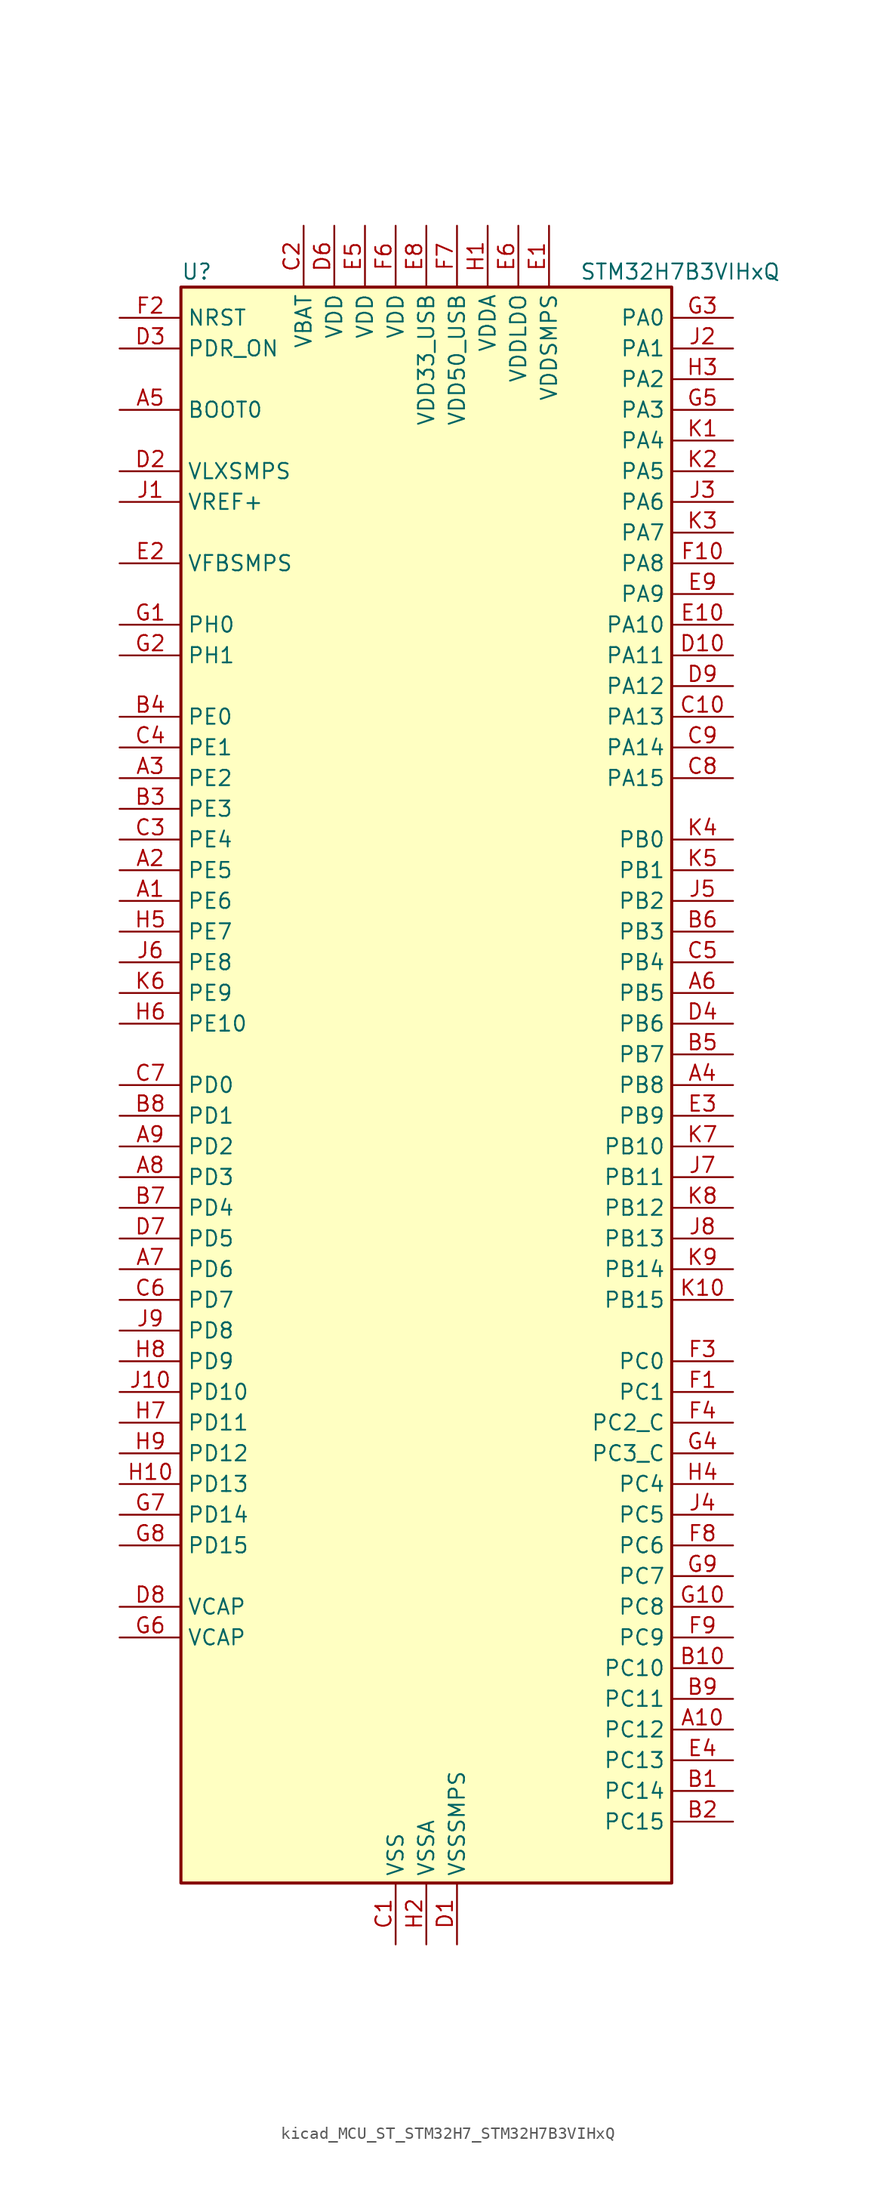
<source format=kicad_sym>
(kicad_symbol_lib
  (version 20220914)
  (generator kicad_symbol_editor)
  (symbol "kicad_MCU_ST_STM32H7_STM32H7B3VIHxQ"
    (property "Reference" "U"
      (at -20.32 67.31 0)
      (effects (font (size 1.27 1.27)) (justify left)))
    (property "Value" "STM32H7B3VIHxQ"
      (at 12.7 67.31 0)
      (effects (font (size 1.27 1.27)) (justify left)))
    (property "ki_locked" ""
      (at 0 0 0)
      (effects (font (size 1.27 1.27))))
    (symbol "kicad_MCU_ST_STM32H7_STM32H7B3VIHxQ_0_1"
      (rectangle (start -20.32 -66.04) (end 20.32 66.04) (stroke (width 0.254) (type default)) (fill (type background))))
    (symbol "kicad_MCU_ST_STM32H7_STM32H7B3VIHxQ_1_1"
      (pin bidirectional line (at -25.4 15.24 0) (length 5.08) (name "PE6" (effects (font (size 1.27 1.27)))) (number "A1" (effects (font (size 1.27 1.27)))) (alternate "DCMI_D7" bidirectional line) (alternate "DEBUG_TRACED3" bidirectional line) (alternate "FMC_A22" bidirectional line) (alternate "LTDC_G1" bidirectional line) (alternate "PSSI_D7" bidirectional line) (alternate "SAI1_D1" bidirectional line) (alternate "SAI1_SD_A" bidirectional line) (alternate "SAI2_MCLK_B" bidirectional line) (alternate "SPI4_MOSI" bidirectional line) (alternate "TIM15_CH2" bidirectional line) (alternate "TIM1_BKIN2" bidirectional line) (alternate "TIM1_BKIN2_COMP1" bidirectional line) (alternate "TIM1_BKIN2_COMP2" bidirectional line))
      (pin bidirectional line (at 25.4 -53.34 180) (length 5.08) (name "PC12" (effects (font (size 1.27 1.27)))) (number "A10" (effects (font (size 1.27 1.27)))) (alternate "DCMI_D9" bidirectional line) (alternate "DEBUG_TRACED3" bidirectional line) (alternate "DFSDM2_CKOUT" bidirectional line) (alternate "I2S3_SDO" bidirectional line) (alternate "I2S6_CK" bidirectional line) (alternate "LTDC_R6" bidirectional line) (alternate "PSSI_D9" bidirectional line) (alternate "SDMMC1_CK" bidirectional line) (alternate "SPI3_MOSI" bidirectional line) (alternate "SPI6_SCK" bidirectional line) (alternate "TIM15_CH1" bidirectional line) (alternate "UART5_TX" bidirectional line) (alternate "USART3_CK" bidirectional line))
      (pin bidirectional line (at -25.4 17.78 0) (length 5.08) (name "PE5" (effects (font (size 1.27 1.27)))) (number "A2" (effects (font (size 1.27 1.27)))) (alternate "DCMI_D6" bidirectional line) (alternate "DEBUG_TRACED2" bidirectional line) (alternate "DFSDM1_CKIN3" bidirectional line) (alternate "FMC_A21" bidirectional line) (alternate "LTDC_G0" bidirectional line) (alternate "PSSI_D6" bidirectional line) (alternate "SAI1_CK2" bidirectional line) (alternate "SAI1_SCK_A" bidirectional line) (alternate "SPI4_MISO" bidirectional line) (alternate "TIM15_CH1" bidirectional line))
      (pin bidirectional line (at -25.4 25.4 0) (length 5.08) (name "PE2" (effects (font (size 1.27 1.27)))) (number "A3" (effects (font (size 1.27 1.27)))) (alternate "DEBUG_TRACECLK" bidirectional line) (alternate "FMC_A23" bidirectional line) (alternate "OCTOSPIM_P1_IO2" bidirectional line) (alternate "SAI1_CK1" bidirectional line) (alternate "SAI1_MCLK_A" bidirectional line) (alternate "SPI4_SCK" bidirectional line) (alternate "USART10_RX" bidirectional line))
      (pin bidirectional line (at 25.4 0 180) (length 5.08) (name "PB8" (effects (font (size 1.27 1.27)))) (number "A4" (effects (font (size 1.27 1.27)))) (alternate "DCMI_D6" bidirectional line) (alternate "DFSDM1_CKIN7" bidirectional line) (alternate "FDCAN1_RX" bidirectional line) (alternate "I2C1_SCL" bidirectional line) (alternate "I2C4_SCL" bidirectional line) (alternate "LTDC_B6" bidirectional line) (alternate "PSSI_D6" bidirectional line) (alternate "SDMMC1_CKIN" bidirectional line) (alternate "SDMMC1_D4" bidirectional line) (alternate "SDMMC2_D4" bidirectional line) (alternate "TIM16_CH1" bidirectional line) (alternate "TIM4_CH3" bidirectional line) (alternate "UART4_RX" bidirectional line))
      (pin input line (at -25.4 55.88 0) (length 5.08) (name "BOOT0" (effects (font (size 1.27 1.27)))) (number "A5" (effects (font (size 1.27 1.27)))))
      (pin bidirectional line (at 25.4 7.62 180) (length 5.08) (name "PB5" (effects (font (size 1.27 1.27)))) (number "A6" (effects (font (size 1.27 1.27)))) (alternate "DCMI_D10" bidirectional line) (alternate "FDCAN2_RX" bidirectional line) (alternate "FMC_SDCKE1" bidirectional line) (alternate "I2C1_SMBA" bidirectional line) (alternate "I2C4_SMBA" bidirectional line) (alternate "I2S1_SDO" bidirectional line) (alternate "I2S3_SDO" bidirectional line) (alternate "I2S6_SDO" bidirectional line) (alternate "LTDC_B5" bidirectional line) (alternate "PSSI_D10" bidirectional line) (alternate "SPI1_MOSI" bidirectional line) (alternate "SPI3_MOSI" bidirectional line) (alternate "SPI6_MOSI" bidirectional line) (alternate "TIM17_BKIN" bidirectional line) (alternate "TIM3_CH2" bidirectional line) (alternate "UART5_RX" bidirectional line) (alternate "USB_OTG_HS_ULPI_D7" bidirectional line))
      (pin bidirectional line (at -25.4 -15.24 0) (length 5.08) (name "PD6" (effects (font (size 1.27 1.27)))) (number "A7" (effects (font (size 1.27 1.27)))) (alternate "DCMI_D10" bidirectional line) (alternate "DFSDM1_CKIN4" bidirectional line) (alternate "DFSDM1_DATIN1" bidirectional line) (alternate "FMC_NWAIT" bidirectional line) (alternate "I2S3_SDO" bidirectional line) (alternate "LTDC_B2" bidirectional line) (alternate "OCTOSPIM_P1_IO6" bidirectional line) (alternate "PSSI_D10" bidirectional line) (alternate "SAI1_D1" bidirectional line) (alternate "SAI1_SD_A" bidirectional line) (alternate "SDMMC2_CK" bidirectional line) (alternate "SPI3_MOSI" bidirectional line) (alternate "USART2_RX" bidirectional line))
      (pin bidirectional line (at -25.4 -7.62 0) (length 5.08) (name "PD3" (effects (font (size 1.27 1.27)))) (number "A8" (effects (font (size 1.27 1.27)))) (alternate "DCMI_D5" bidirectional line) (alternate "DFSDM1_CKOUT" bidirectional line) (alternate "FMC_CLK" bidirectional line) (alternate "I2S2_CK" bidirectional line) (alternate "LTDC_G7" bidirectional line) (alternate "PSSI_D5" bidirectional line) (alternate "SPI2_SCK" bidirectional line) (alternate "USART2_CTS" bidirectional line) (alternate "USART2_NSS" bidirectional line))
      (pin bidirectional line (at -25.4 -5.08 0) (length 5.08) (name "PD2" (effects (font (size 1.27 1.27)))) (number "A9" (effects (font (size 1.27 1.27)))) (alternate "DCMI_D11" bidirectional line) (alternate "DEBUG_TRACED2" bidirectional line) (alternate "LTDC_B2" bidirectional line) (alternate "LTDC_B7" bidirectional line) (alternate "PSSI_D11" bidirectional line) (alternate "SDMMC1_CMD" bidirectional line) (alternate "TIM15_BKIN" bidirectional line) (alternate "TIM3_ETR" bidirectional line) (alternate "UART5_RX" bidirectional line))
      (pin bidirectional line (at 25.4 -58.42 180) (length 5.08) (name "PC14" (effects (font (size 1.27 1.27)))) (number "B1" (effects (font (size 1.27 1.27)))) (alternate "RCC_OSC32_IN" bidirectional line))
      (pin bidirectional line (at 25.4 -48.26 180) (length 5.08) (name "PC10" (effects (font (size 1.27 1.27)))) (number "B10" (effects (font (size 1.27 1.27)))) (alternate "DCMI_D8" bidirectional line) (alternate "DFSDM1_CKIN5" bidirectional line) (alternate "DFSDM2_CKIN0" bidirectional line) (alternate "I2S3_CK" bidirectional line) (alternate "LTDC_B1" bidirectional line) (alternate "LTDC_R2" bidirectional line) (alternate "OCTOSPIM_P1_IO1" bidirectional line) (alternate "PSSI_D8" bidirectional line) (alternate "SDMMC1_D2" bidirectional line) (alternate "SPI3_SCK" bidirectional line) (alternate "SWPMI1_RX" bidirectional line) (alternate "UART4_TX" bidirectional line) (alternate "USART3_TX" bidirectional line))
      (pin bidirectional line (at 25.4 -60.96 180) (length 5.08) (name "PC15" (effects (font (size 1.27 1.27)))) (number "B2" (effects (font (size 1.27 1.27)))) (alternate "ADC1_EXTI15" bidirectional line) (alternate "ADC2_EXTI15" bidirectional line) (alternate "RCC_OSC32_OUT" bidirectional line))
      (pin bidirectional line (at -25.4 22.86 0) (length 5.08) (name "PE3" (effects (font (size 1.27 1.27)))) (number "B3" (effects (font (size 1.27 1.27)))) (alternate "DEBUG_TRACED0" bidirectional line) (alternate "FMC_A19" bidirectional line) (alternate "SAI1_SD_B" bidirectional line) (alternate "TIM15_BKIN" bidirectional line) (alternate "USART10_TX" bidirectional line))
      (pin bidirectional line (at -25.4 30.48 0) (length 5.08) (name "PE0" (effects (font (size 1.27 1.27)))) (number "B4" (effects (font (size 1.27 1.27)))) (alternate "DCMI_D2" bidirectional line) (alternate "FMC_NBL0" bidirectional line) (alternate "LPTIM1_ETR" bidirectional line) (alternate "LPTIM2_ETR" bidirectional line) (alternate "LTDC_R0" bidirectional line) (alternate "PSSI_D2" bidirectional line) (alternate "SAI2_MCLK_A" bidirectional line) (alternate "TIM4_ETR" bidirectional line) (alternate "UART8_RX" bidirectional line))
      (pin bidirectional line (at 25.4 2.54 180) (length 5.08) (name "PB7" (effects (font (size 1.27 1.27)))) (number "B5" (effects (font (size 1.27 1.27)))) (alternate "DCMI_VSYNC" bidirectional line) (alternate "DFSDM1_CKIN5" bidirectional line) (alternate "FMC_NL" bidirectional line) (alternate "I2C1_SDA" bidirectional line) (alternate "I2C4_SDA" bidirectional line) (alternate "LPUART1_RX" bidirectional line) (alternate "PSSI_RDY" bidirectional line) (alternate "PWR_PVD_IN" bidirectional line) (alternate "TIM17_CH1N" bidirectional line) (alternate "TIM4_CH2" bidirectional line) (alternate "USART1_RX" bidirectional line))
      (pin bidirectional line (at 25.4 12.7 180) (length 5.08) (name "PB3" (effects (font (size 1.27 1.27)))) (number "B6" (effects (font (size 1.27 1.27)))) (alternate "CRS_SYNC" bidirectional line) (alternate "DEBUG_JTDO-SWO" bidirectional line) (alternate "I2S1_CK" bidirectional line) (alternate "I2S3_CK" bidirectional line) (alternate "I2S6_CK" bidirectional line) (alternate "SDMMC2_D2" bidirectional line) (alternate "SPI1_SCK" bidirectional line) (alternate "SPI3_SCK" bidirectional line) (alternate "SPI6_SCK" bidirectional line) (alternate "TIM2_CH2" bidirectional line) (alternate "UART7_RX" bidirectional line))
      (pin bidirectional line (at -25.4 -10.16 0) (length 5.08) (name "PD4" (effects (font (size 1.27 1.27)))) (number "B7" (effects (font (size 1.27 1.27)))) (alternate "FMC_NOE" bidirectional line) (alternate "OCTOSPIM_P1_IO4" bidirectional line) (alternate "USART2_DE" bidirectional line) (alternate "USART2_RTS" bidirectional line))
      (pin bidirectional line (at -25.4 -2.54 0) (length 5.08) (name "PD1" (effects (font (size 1.27 1.27)))) (number "B8" (effects (font (size 1.27 1.27)))) (alternate "DFSDM1_DATIN6" bidirectional line) (alternate "FDCAN1_TX" bidirectional line) (alternate "FMC_D3" bidirectional line) (alternate "FMC_DA3" bidirectional line) (alternate "UART4_TX" bidirectional line))
      (pin bidirectional line (at 25.4 -50.8 180) (length 5.08) (name "PC11" (effects (font (size 1.27 1.27)))) (number "B9" (effects (font (size 1.27 1.27)))) (alternate "ADC1_EXTI11" bidirectional line) (alternate "ADC2_EXTI11" bidirectional line) (alternate "DCMI_D4" bidirectional line) (alternate "DFSDM1_DATIN5" bidirectional line) (alternate "DFSDM2_DATIN0" bidirectional line) (alternate "I2S3_SDI" bidirectional line) (alternate "LTDC_B4" bidirectional line) (alternate "OCTOSPIM_P1_NCS" bidirectional line) (alternate "PSSI_D4" bidirectional line) (alternate "SDMMC1_D3" bidirectional line) (alternate "SPI3_MISO" bidirectional line) (alternate "UART4_RX" bidirectional line) (alternate "USART3_RX" bidirectional line))
      (pin power_in line (at -2.54 -71.12 90) (length 5.08) (name "VSS" (effects (font (size 1.27 1.27)))) (number "C1" (effects (font (size 1.27 1.27)))))
      (pin bidirectional line (at 25.4 30.48 180) (length 5.08) (name "PA13" (effects (font (size 1.27 1.27)))) (number "C10" (effects (font (size 1.27 1.27)))) (alternate "DEBUG_JTMS-SWDIO" bidirectional line))
      (pin power_in line (at -10.16 71.12 270) (length 5.08) (name "VBAT" (effects (font (size 1.27 1.27)))) (number "C2" (effects (font (size 1.27 1.27)))))
      (pin bidirectional line (at -25.4 20.32 0) (length 5.08) (name "PE4" (effects (font (size 1.27 1.27)))) (number "C3" (effects (font (size 1.27 1.27)))) (alternate "DCMI_D4" bidirectional line) (alternate "DEBUG_TRACED1" bidirectional line) (alternate "DFSDM1_DATIN3" bidirectional line) (alternate "FMC_A20" bidirectional line) (alternate "LTDC_B0" bidirectional line) (alternate "PSSI_D4" bidirectional line) (alternate "SAI1_D2" bidirectional line) (alternate "SAI1_FS_A" bidirectional line) (alternate "SPI4_NSS" bidirectional line) (alternate "TIM15_CH1N" bidirectional line))
      (pin bidirectional line (at -25.4 27.94 0) (length 5.08) (name "PE1" (effects (font (size 1.27 1.27)))) (number "C4" (effects (font (size 1.27 1.27)))) (alternate "DCMI_D3" bidirectional line) (alternate "FMC_NBL1" bidirectional line) (alternate "LPTIM1_IN2" bidirectional line) (alternate "LTDC_R6" bidirectional line) (alternate "PSSI_D3" bidirectional line) (alternate "UART8_TX" bidirectional line))
      (pin bidirectional line (at 25.4 10.16 180) (length 5.08) (name "PB4" (effects (font (size 1.27 1.27)))) (number "C5" (effects (font (size 1.27 1.27)))) (alternate "DEBUG_JTRST" bidirectional line) (alternate "I2S1_SDI" bidirectional line) (alternate "I2S2_WS" bidirectional line) (alternate "I2S3_SDI" bidirectional line) (alternate "I2S6_SDI" bidirectional line) (alternate "SDMMC2_D3" bidirectional line) (alternate "SPI1_MISO" bidirectional line) (alternate "SPI2_NSS" bidirectional line) (alternate "SPI3_MISO" bidirectional line) (alternate "SPI6_MISO" bidirectional line) (alternate "TIM16_BKIN" bidirectional line) (alternate "TIM3_CH1" bidirectional line) (alternate "UART7_TX" bidirectional line))
      (pin bidirectional line (at -25.4 -17.78 0) (length 5.08) (name "PD7" (effects (font (size 1.27 1.27)))) (number "C6" (effects (font (size 1.27 1.27)))) (alternate "DFSDM1_CKIN1" bidirectional line) (alternate "DFSDM1_DATIN4" bidirectional line) (alternate "FMC_NE1" bidirectional line) (alternate "I2S1_SDO" bidirectional line) (alternate "OCTOSPIM_P1_IO7" bidirectional line) (alternate "SDMMC2_CMD" bidirectional line) (alternate "SPDIFRX_IN0" bidirectional line) (alternate "SPI1_MOSI" bidirectional line) (alternate "USART2_CK" bidirectional line))
      (pin bidirectional line (at -25.4 0 0) (length 5.08) (name "PD0" (effects (font (size 1.27 1.27)))) (number "C7" (effects (font (size 1.27 1.27)))) (alternate "DFSDM1_CKIN6" bidirectional line) (alternate "FDCAN1_RX" bidirectional line) (alternate "FMC_D2" bidirectional line) (alternate "FMC_DA2" bidirectional line) (alternate "LTDC_B1" bidirectional line) (alternate "UART4_RX" bidirectional line) (alternate "UART9_CTS" bidirectional line))
      (pin bidirectional line (at 25.4 25.4 180) (length 5.08) (name "PA15" (effects (font (size 1.27 1.27)))) (number "C8" (effects (font (size 1.27 1.27)))) (alternate "ADC1_EXTI15" bidirectional line) (alternate "ADC2_EXTI15" bidirectional line) (alternate "CEC" bidirectional line) (alternate "DEBUG_JTDI" bidirectional line) (alternate "I2S1_WS" bidirectional line) (alternate "I2S3_WS" bidirectional line) (alternate "I2S6_WS" bidirectional line) (alternate "LTDC_B6" bidirectional line) (alternate "LTDC_R3" bidirectional line) (alternate "SPI1_NSS" bidirectional line) (alternate "SPI3_NSS" bidirectional line) (alternate "SPI6_NSS" bidirectional line) (alternate "TIM2_CH1" bidirectional line) (alternate "TIM2_ETR" bidirectional line) (alternate "UART4_DE" bidirectional line) (alternate "UART4_RTS" bidirectional line) (alternate "UART7_TX" bidirectional line))
      (pin bidirectional line (at 25.4 27.94 180) (length 5.08) (name "PA14" (effects (font (size 1.27 1.27)))) (number "C9" (effects (font (size 1.27 1.27)))) (alternate "DEBUG_JTCK-SWCLK" bidirectional line))
      (pin power_in line (at 2.54 -71.12 90) (length 5.08) (name "VSSSMPS" (effects (font (size 1.27 1.27)))) (number "D1" (effects (font (size 1.27 1.27)))))
      (pin bidirectional line (at 25.4 35.56 180) (length 5.08) (name "PA11" (effects (font (size 1.27 1.27)))) (number "D10" (effects (font (size 1.27 1.27)))) (alternate "ADC1_EXTI11" bidirectional line) (alternate "ADC2_EXTI11" bidirectional line) (alternate "FDCAN1_RX" bidirectional line) (alternate "I2S2_WS" bidirectional line) (alternate "LPUART1_CTS" bidirectional line) (alternate "LTDC_R4" bidirectional line) (alternate "SPI2_NSS" bidirectional line) (alternate "TIM1_CH4" bidirectional line) (alternate "UART4_RX" bidirectional line) (alternate "USART1_CTS" bidirectional line) (alternate "USART1_NSS" bidirectional line) (alternate "USB_OTG_HS_DM" bidirectional line))
      (pin power_in line (at -25.4 50.8 0) (length 5.08) (name "VLXSMPS" (effects (font (size 1.27 1.27)))) (number "D2" (effects (font (size 1.27 1.27)))))
      (pin input line (at -25.4 60.96 0) (length 5.08) (name "PDR_ON" (effects (font (size 1.27 1.27)))) (number "D3" (effects (font (size 1.27 1.27)))))
      (pin bidirectional line (at 25.4 5.08 180) (length 5.08) (name "PB6" (effects (font (size 1.27 1.27)))) (number "D4" (effects (font (size 1.27 1.27)))) (alternate "CEC" bidirectional line) (alternate "DCMI_D5" bidirectional line) (alternate "DFSDM1_DATIN5" bidirectional line) (alternate "FDCAN2_TX" bidirectional line) (alternate "FMC_SDNE1" bidirectional line) (alternate "I2C1_SCL" bidirectional line) (alternate "I2C4_SCL" bidirectional line) (alternate "LPUART1_TX" bidirectional line) (alternate "OCTOSPIM_P1_NCS" bidirectional line) (alternate "PSSI_D5" bidirectional line) (alternate "TIM16_CH1N" bidirectional line) (alternate "TIM4_CH1" bidirectional line) (alternate "UART5_TX" bidirectional line) (alternate "USART1_TX" bidirectional line))
      (pin passive line (at -2.54 -71.12 90) (length 5.08) hide (name "VSS" (effects (font (size 1.27 1.27)))) (number "D5" (effects (font (size 1.27 1.27)))))
      (pin power_in line (at -7.62 71.12 270) (length 5.08) (name "VDD" (effects (font (size 1.27 1.27)))) (number "D6" (effects (font (size 1.27 1.27)))))
      (pin bidirectional line (at -25.4 -12.7 0) (length 5.08) (name "PD5" (effects (font (size 1.27 1.27)))) (number "D7" (effects (font (size 1.27 1.27)))) (alternate "FMC_NWE" bidirectional line) (alternate "OCTOSPIM_P1_IO5" bidirectional line) (alternate "USART2_TX" bidirectional line))
      (pin power_out line (at -25.4 -43.18 0) (length 5.08) (name "VCAP" (effects (font (size 1.27 1.27)))) (number "D8" (effects (font (size 1.27 1.27)))))
      (pin bidirectional line (at 25.4 33.02 180) (length 5.08) (name "PA12" (effects (font (size 1.27 1.27)))) (number "D9" (effects (font (size 1.27 1.27)))) (alternate "FDCAN1_TX" bidirectional line) (alternate "I2S2_CK" bidirectional line) (alternate "LPUART1_DE" bidirectional line) (alternate "LPUART1_RTS" bidirectional line) (alternate "LTDC_R5" bidirectional line) (alternate "SAI2_FS_B" bidirectional line) (alternate "SPI2_SCK" bidirectional line) (alternate "TIM1_ETR" bidirectional line) (alternate "UART4_TX" bidirectional line) (alternate "USART1_DE" bidirectional line) (alternate "USART1_RTS" bidirectional line) (alternate "USB_OTG_HS_DP" bidirectional line))
      (pin power_in line (at 10.16 71.12 270) (length 5.08) (name "VDDSMPS" (effects (font (size 1.27 1.27)))) (number "E1" (effects (font (size 1.27 1.27)))))
      (pin bidirectional line (at 25.4 38.1 180) (length 5.08) (name "PA10" (effects (font (size 1.27 1.27)))) (number "E10" (effects (font (size 1.27 1.27)))) (alternate "DCMI_D1" bidirectional line) (alternate "LPUART1_RX" bidirectional line) (alternate "LTDC_B1" bidirectional line) (alternate "LTDC_B4" bidirectional line) (alternate "MDIOS_MDIO" bidirectional line) (alternate "PSSI_D1" bidirectional line) (alternate "TIM1_CH3" bidirectional line) (alternate "USART1_RX" bidirectional line) (alternate "USB_OTG_HS_ID" bidirectional line))
      (pin input line (at -25.4 43.18 0) (length 5.08) (name "VFBSMPS" (effects (font (size 1.27 1.27)))) (number "E2" (effects (font (size 1.27 1.27)))))
      (pin bidirectional line (at 25.4 -2.54 180) (length 5.08) (name "PB9" (effects (font (size 1.27 1.27)))) (number "E3" (effects (font (size 1.27 1.27)))) (alternate "DAC1_EXTI9" bidirectional line) (alternate "DCMI_D7" bidirectional line) (alternate "DFSDM1_DATIN7" bidirectional line) (alternate "FDCAN1_TX" bidirectional line) (alternate "I2C1_SDA" bidirectional line) (alternate "I2C4_SDA" bidirectional line) (alternate "I2C4_SMBA" bidirectional line) (alternate "I2S2_WS" bidirectional line) (alternate "LTDC_B7" bidirectional line) (alternate "PSSI_D7" bidirectional line) (alternate "SDMMC1_CDIR" bidirectional line) (alternate "SDMMC1_D5" bidirectional line) (alternate "SDMMC2_D5" bidirectional line) (alternate "SPI2_NSS" bidirectional line) (alternate "TIM17_CH1" bidirectional line) (alternate "TIM4_CH4" bidirectional line) (alternate "UART4_TX" bidirectional line))
      (pin bidirectional line (at 25.4 -55.88 180) (length 5.08) (name "PC13" (effects (font (size 1.27 1.27)))) (number "E4" (effects (font (size 1.27 1.27)))) (alternate "PWR_WKUP4" bidirectional line) (alternate "RTC_OUT_ALARM" bidirectional line) (alternate "RTC_OUT_CALIB" bidirectional line) (alternate "RTC_TAMP1" bidirectional line) (alternate "RTC_TS" bidirectional line))
      (pin power_in line (at -5.08 71.12 270) (length 5.08) (name "VDD" (effects (font (size 1.27 1.27)))) (number "E5" (effects (font (size 1.27 1.27)))))
      (pin power_in line (at 7.62 71.12 270) (length 5.08) (name "VDDLDO" (effects (font (size 1.27 1.27)))) (number "E6" (effects (font (size 1.27 1.27)))))
      (pin passive line (at -2.54 -71.12 90) (length 5.08) hide (name "VSS" (effects (font (size 1.27 1.27)))) (number "E7" (effects (font (size 1.27 1.27)))))
      (pin power_in line (at 0 71.12 270) (length 5.08) (name "VDD33_USB" (effects (font (size 1.27 1.27)))) (number "E8" (effects (font (size 1.27 1.27)))))
      (pin bidirectional line (at 25.4 40.64 180) (length 5.08) (name "PA9" (effects (font (size 1.27 1.27)))) (number "E9" (effects (font (size 1.27 1.27)))) (alternate "DAC1_EXTI9" bidirectional line) (alternate "DCMI_D0" bidirectional line) (alternate "I2C3_SMBA" bidirectional line) (alternate "I2S2_CK" bidirectional line) (alternate "LPUART1_TX" bidirectional line) (alternate "LTDC_R5" bidirectional line) (alternate "PSSI_D0" bidirectional line) (alternate "SPI2_SCK" bidirectional line) (alternate "TIM1_CH2" bidirectional line) (alternate "USART1_TX" bidirectional line) (alternate "USB_OTG_HS_VBUS" bidirectional line))
      (pin bidirectional line (at 25.4 -25.4 180) (length 5.08) (name "PC1" (effects (font (size 1.27 1.27)))) (number "F1" (effects (font (size 1.27 1.27)))) (alternate "ADC1_INN10" bidirectional line) (alternate "ADC1_INP11" bidirectional line) (alternate "ADC2_INN10" bidirectional line) (alternate "ADC2_INP11" bidirectional line) (alternate "DEBUG_TRACED0" bidirectional line) (alternate "DFSDM1_CKIN4" bidirectional line) (alternate "DFSDM1_DATIN0" bidirectional line) (alternate "I2S2_SDO" bidirectional line) (alternate "LTDC_G5" bidirectional line) (alternate "MDIOS_MDC" bidirectional line) (alternate "OCTOSPIM_P1_IO4" bidirectional line) (alternate "PWR_WKUP6" bidirectional line) (alternate "RTC_TAMP3" bidirectional line) (alternate "SAI1_D1" bidirectional line) (alternate "SAI1_SD_A" bidirectional line) (alternate "SDMMC2_CK" bidirectional line) (alternate "SPI2_MOSI" bidirectional line))
      (pin bidirectional line (at 25.4 43.18 180) (length 5.08) (name "PA8" (effects (font (size 1.27 1.27)))) (number "F10" (effects (font (size 1.27 1.27)))) (alternate "I2C3_SCL" bidirectional line) (alternate "LTDC_B3" bidirectional line) (alternate "LTDC_R6" bidirectional line) (alternate "RCC_MCO_1" bidirectional line) (alternate "TIM1_CH1" bidirectional line) (alternate "TIM8_BKIN2" bidirectional line) (alternate "TIM8_BKIN2_COMP1" bidirectional line) (alternate "TIM8_BKIN2_COMP2" bidirectional line) (alternate "UART7_RX" bidirectional line) (alternate "USART1_CK" bidirectional line) (alternate "USB_OTG_HS_SOF" bidirectional line))
      (pin input line (at -25.4 63.5 0) (length 5.08) (name "NRST" (effects (font (size 1.27 1.27)))) (number "F2" (effects (font (size 1.27 1.27)))))
      (pin bidirectional line (at 25.4 -22.86 180) (length 5.08) (name "PC0" (effects (font (size 1.27 1.27)))) (number "F3" (effects (font (size 1.27 1.27)))) (alternate "ADC1_INP10" bidirectional line) (alternate "ADC2_INP10" bidirectional line) (alternate "DFSDM1_CKIN0" bidirectional line) (alternate "DFSDM1_DATIN4" bidirectional line) (alternate "FMC_A25" bidirectional line) (alternate "FMC_SDNWE" bidirectional line) (alternate "LTDC_G2" bidirectional line) (alternate "LTDC_R5" bidirectional line) (alternate "SAI2_FS_B" bidirectional line) (alternate "USB_OTG_HS_ULPI_STP" bidirectional line))
      (pin bidirectional line (at 25.4 -27.94 180) (length 5.08) (name "PC2_C" (effects (font (size 1.27 1.27)))) (number "F4" (effects (font (size 1.27 1.27)))) (alternate "ADC2_INN1" bidirectional line) (alternate "ADC2_INP0" bidirectional line) (alternate "DFSDM1_CKIN1" bidirectional line) (alternate "DFSDM1_CKOUT" bidirectional line) (alternate "FMC_SDNE0" bidirectional line) (alternate "I2S2_SDI" bidirectional line) (alternate "OCTOSPIM_P1_IO2" bidirectional line) (alternate "OCTOSPIM_P1_IO5" bidirectional line) (alternate "PWR_CSTOP" bidirectional line) (alternate "SPI2_MISO" bidirectional line) (alternate "USB_OTG_HS_ULPI_DIR" bidirectional line))
      (pin passive line (at -2.54 -71.12 90) (length 5.08) hide (name "VSS" (effects (font (size 1.27 1.27)))) (number "F5" (effects (font (size 1.27 1.27)))))
      (pin power_in line (at -2.54 71.12 270) (length 5.08) (name "VDD" (effects (font (size 1.27 1.27)))) (number "F6" (effects (font (size 1.27 1.27)))))
      (pin power_in line (at 2.54 71.12 270) (length 5.08) (name "VDD50_USB" (effects (font (size 1.27 1.27)))) (number "F7" (effects (font (size 1.27 1.27)))))
      (pin bidirectional line (at 25.4 -38.1 180) (length 5.08) (name "PC6" (effects (font (size 1.27 1.27)))) (number "F8" (effects (font (size 1.27 1.27)))) (alternate "DCMI_D0" bidirectional line) (alternate "DFSDM1_CKIN3" bidirectional line) (alternate "FMC_NWAIT" bidirectional line) (alternate "I2S2_MCK" bidirectional line) (alternate "LTDC_HSYNC" bidirectional line) (alternate "PSSI_D0" bidirectional line) (alternate "SDMMC1_D0DIR" bidirectional line) (alternate "SDMMC1_D6" bidirectional line) (alternate "SDMMC2_D6" bidirectional line) (alternate "SWPMI1_IO" bidirectional line) (alternate "TIM3_CH1" bidirectional line) (alternate "TIM8_CH1" bidirectional line) (alternate "USART6_TX" bidirectional line))
      (pin bidirectional line (at 25.4 -45.72 180) (length 5.08) (name "PC9" (effects (font (size 1.27 1.27)))) (number "F9" (effects (font (size 1.27 1.27)))) (alternate "DAC1_EXTI9" bidirectional line) (alternate "DCMI_D3" bidirectional line) (alternate "I2C3_SDA" bidirectional line) (alternate "I2S_CKIN" bidirectional line) (alternate "LTDC_B2" bidirectional line) (alternate "LTDC_G3" bidirectional line) (alternate "OCTOSPIM_P1_IO0" bidirectional line) (alternate "PSSI_D3" bidirectional line) (alternate "RCC_MCO_2" bidirectional line) (alternate "SDMMC1_D1" bidirectional line) (alternate "SWPMI1_SUSPEND" bidirectional line) (alternate "TIM3_CH4" bidirectional line) (alternate "TIM8_CH4" bidirectional line) (alternate "UART5_CTS" bidirectional line))
      (pin bidirectional line (at -25.4 38.1 0) (length 5.08) (name "PH0" (effects (font (size 1.27 1.27)))) (number "G1" (effects (font (size 1.27 1.27)))) (alternate "RCC_OSC_IN" bidirectional line))
      (pin bidirectional line (at 25.4 -43.18 180) (length 5.08) (name "PC8" (effects (font (size 1.27 1.27)))) (number "G10" (effects (font (size 1.27 1.27)))) (alternate "DCMI_D2" bidirectional line) (alternate "DEBUG_TRACED1" bidirectional line) (alternate "FMC_INT" bidirectional line) (alternate "FMC_NCE" bidirectional line) (alternate "FMC_NE2" bidirectional line) (alternate "PSSI_D2" bidirectional line) (alternate "SDMMC1_D0" bidirectional line) (alternate "SWPMI1_RX" bidirectional line) (alternate "TIM3_CH3" bidirectional line) (alternate "TIM8_CH3" bidirectional line) (alternate "UART5_DE" bidirectional line) (alternate "UART5_RTS" bidirectional line) (alternate "USART6_CK" bidirectional line))
      (pin bidirectional line (at -25.4 35.56 0) (length 5.08) (name "PH1" (effects (font (size 1.27 1.27)))) (number "G2" (effects (font (size 1.27 1.27)))) (alternate "RCC_OSC_OUT" bidirectional line))
      (pin bidirectional line (at 25.4 63.5 180) (length 5.08) (name "PA0" (effects (font (size 1.27 1.27)))) (number "G3" (effects (font (size 1.27 1.27)))) (alternate "ADC1_INP16" bidirectional line) (alternate "I2S6_WS" bidirectional line) (alternate "PWR_WKUP1" bidirectional line) (alternate "SAI2_SD_B" bidirectional line) (alternate "SDMMC2_CMD" bidirectional line) (alternate "SPI6_NSS" bidirectional line) (alternate "TIM15_BKIN" bidirectional line) (alternate "TIM2_CH1" bidirectional line) (alternate "TIM2_ETR" bidirectional line) (alternate "TIM5_CH1" bidirectional line) (alternate "TIM8_ETR" bidirectional line) (alternate "UART4_TX" bidirectional line) (alternate "USART2_CTS" bidirectional line) (alternate "USART2_NSS" bidirectional line))
      (pin bidirectional line (at 25.4 -30.48 180) (length 5.08) (name "PC3_C" (effects (font (size 1.27 1.27)))) (number "G4" (effects (font (size 1.27 1.27)))) (alternate "ADC2_INP1" bidirectional line) (alternate "DFSDM1_DATIN1" bidirectional line) (alternate "FMC_SDCKE0" bidirectional line) (alternate "I2S2_SDO" bidirectional line) (alternate "OCTOSPIM_P1_IO0" bidirectional line) (alternate "OCTOSPIM_P1_IO6" bidirectional line) (alternate "PWR_CSLEEP" bidirectional line) (alternate "SPI2_MOSI" bidirectional line) (alternate "USB_OTG_HS_ULPI_NXT" bidirectional line))
      (pin bidirectional line (at 25.4 55.88 180) (length 5.08) (name "PA3" (effects (font (size 1.27 1.27)))) (number "G5" (effects (font (size 1.27 1.27)))) (alternate "ADC1_INP15" bidirectional line) (alternate "I2S6_MCK" bidirectional line) (alternate "LTDC_B2" bidirectional line) (alternate "LTDC_B5" bidirectional line) (alternate "OCTOSPIM_P1_CLK" bidirectional line) (alternate "TIM15_CH2" bidirectional line) (alternate "TIM2_CH4" bidirectional line) (alternate "TIM5_CH4" bidirectional line) (alternate "USART2_RX" bidirectional line) (alternate "USB_OTG_HS_ULPI_D0" bidirectional line))
      (pin power_out line (at -25.4 -45.72 0) (length 5.08) (name "VCAP" (effects (font (size 1.27 1.27)))) (number "G6" (effects (font (size 1.27 1.27)))))
      (pin bidirectional line (at -25.4 -35.56 0) (length 5.08) (name "PD14" (effects (font (size 1.27 1.27)))) (number "G7" (effects (font (size 1.27 1.27)))) (alternate "FMC_D0" bidirectional line) (alternate "FMC_DA0" bidirectional line) (alternate "TIM4_CH3" bidirectional line) (alternate "UART8_CTS" bidirectional line) (alternate "UART9_RX" bidirectional line))
      (pin bidirectional line (at -25.4 -38.1 0) (length 5.08) (name "PD15" (effects (font (size 1.27 1.27)))) (number "G8" (effects (font (size 1.27 1.27)))) (alternate "ADC1_EXTI15" bidirectional line) (alternate "ADC2_EXTI15" bidirectional line) (alternate "FMC_D1" bidirectional line) (alternate "FMC_DA1" bidirectional line) (alternate "TIM4_CH4" bidirectional line) (alternate "UART8_DE" bidirectional line) (alternate "UART8_RTS" bidirectional line) (alternate "UART9_TX" bidirectional line))
      (pin bidirectional line (at 25.4 -40.64 180) (length 5.08) (name "PC7" (effects (font (size 1.27 1.27)))) (number "G9" (effects (font (size 1.27 1.27)))) (alternate "DCMI_D1" bidirectional line) (alternate "DEBUG_TRGIO" bidirectional line) (alternate "DFSDM1_DATIN3" bidirectional line) (alternate "FMC_NE1" bidirectional line) (alternate "I2S3_MCK" bidirectional line) (alternate "LTDC_G6" bidirectional line) (alternate "PSSI_D1" bidirectional line) (alternate "SDMMC1_D123DIR" bidirectional line) (alternate "SDMMC1_D7" bidirectional line) (alternate "SDMMC2_D7" bidirectional line) (alternate "SWPMI1_TX" bidirectional line) (alternate "TIM3_CH2" bidirectional line) (alternate "TIM8_CH2" bidirectional line) (alternate "USART6_RX" bidirectional line))
      (pin power_in line (at 5.08 71.12 270) (length 5.08) (name "VDDA" (effects (font (size 1.27 1.27)))) (number "H1" (effects (font (size 1.27 1.27)))))
      (pin bidirectional line (at -25.4 -33.02 0) (length 5.08) (name "PD13" (effects (font (size 1.27 1.27)))) (number "H10" (effects (font (size 1.27 1.27)))) (alternate "DCMI_D13" bidirectional line) (alternate "FMC_A18" bidirectional line) (alternate "I2C4_SDA" bidirectional line) (alternate "LPTIM1_OUT" bidirectional line) (alternate "OCTOSPIM_P1_IO3" bidirectional line) (alternate "PSSI_D13" bidirectional line) (alternate "SAI2_SCK_A" bidirectional line) (alternate "TIM4_CH2" bidirectional line) (alternate "UART9_DE" bidirectional line) (alternate "UART9_RTS" bidirectional line))
      (pin power_in line (at 0 -71.12 90) (length 5.08) (name "VSSA" (effects (font (size 1.27 1.27)))) (number "H2" (effects (font (size 1.27 1.27)))))
      (pin bidirectional line (at 25.4 58.42 180) (length 5.08) (name "PA2" (effects (font (size 1.27 1.27)))) (number "H3" (effects (font (size 1.27 1.27)))) (alternate "ADC1_INP14" bidirectional line) (alternate "DFSDM2_CKIN1" bidirectional line) (alternate "LTDC_R1" bidirectional line) (alternate "MDIOS_MDIO" bidirectional line) (alternate "PWR_WKUP2" bidirectional line) (alternate "SAI2_SCK_B" bidirectional line) (alternate "TIM15_CH1" bidirectional line) (alternate "TIM2_CH3" bidirectional line) (alternate "TIM5_CH3" bidirectional line) (alternate "USART2_TX" bidirectional line))
      (pin bidirectional line (at 25.4 -33.02 180) (length 5.08) (name "PC4" (effects (font (size 1.27 1.27)))) (number "H4" (effects (font (size 1.27 1.27)))) (alternate "ADC1_INP4" bidirectional line) (alternate "ADC2_INP4" bidirectional line) (alternate "COMP1_INM" bidirectional line) (alternate "DFSDM1_CKIN2" bidirectional line) (alternate "FMC_SDNE0" bidirectional line) (alternate "I2S1_MCK" bidirectional line) (alternate "LTDC_R7" bidirectional line) (alternate "OPAMP1_VOUT" bidirectional line) (alternate "SPDIFRX_IN2" bidirectional line))
      (pin bidirectional line (at -25.4 12.7 0) (length 5.08) (name "PE7" (effects (font (size 1.27 1.27)))) (number "H5" (effects (font (size 1.27 1.27)))) (alternate "COMP2_INM" bidirectional line) (alternate "DFSDM1_DATIN2" bidirectional line) (alternate "FMC_D4" bidirectional line) (alternate "FMC_DA4" bidirectional line) (alternate "OCTOSPIM_P1_IO4" bidirectional line) (alternate "OPAMP2_VOUT" bidirectional line) (alternate "TIM1_ETR" bidirectional line) (alternate "UART7_RX" bidirectional line))
      (pin bidirectional line (at -25.4 5.08 0) (length 5.08) (name "PE10" (effects (font (size 1.27 1.27)))) (number "H6" (effects (font (size 1.27 1.27)))) (alternate "COMP2_INM" bidirectional line) (alternate "DFSDM1_DATIN4" bidirectional line) (alternate "FMC_D7" bidirectional line) (alternate "FMC_DA7" bidirectional line) (alternate "OCTOSPIM_P1_IO7" bidirectional line) (alternate "TIM1_CH2N" bidirectional line) (alternate "UART7_CTS" bidirectional line))
      (pin bidirectional line (at -25.4 -27.94 0) (length 5.08) (name "PD11" (effects (font (size 1.27 1.27)))) (number "H7" (effects (font (size 1.27 1.27)))) (alternate "ADC1_EXTI11" bidirectional line) (alternate "ADC2_EXTI11" bidirectional line) (alternate "FMC_A16" bidirectional line) (alternate "FMC_CLE" bidirectional line) (alternate "I2C4_SMBA" bidirectional line) (alternate "LPTIM2_IN2" bidirectional line) (alternate "OCTOSPIM_P1_IO0" bidirectional line) (alternate "SAI2_SD_A" bidirectional line) (alternate "USART3_CTS" bidirectional line) (alternate "USART3_NSS" bidirectional line))
      (pin bidirectional line (at -25.4 -22.86 0) (length 5.08) (name "PD9" (effects (font (size 1.27 1.27)))) (number "H8" (effects (font (size 1.27 1.27)))) (alternate "DAC1_EXTI9" bidirectional line) (alternate "DFSDM1_DATIN3" bidirectional line) (alternate "FMC_D14" bidirectional line) (alternate "FMC_DA14" bidirectional line) (alternate "USART3_RX" bidirectional line))
      (pin bidirectional line (at -25.4 -30.48 0) (length 5.08) (name "PD12" (effects (font (size 1.27 1.27)))) (number "H9" (effects (font (size 1.27 1.27)))) (alternate "DCMI_D12" bidirectional line) (alternate "FMC_A17" bidirectional line) (alternate "FMC_ALE" bidirectional line) (alternate "I2C4_SCL" bidirectional line) (alternate "LPTIM1_IN1" bidirectional line) (alternate "LPTIM2_IN1" bidirectional line) (alternate "OCTOSPIM_P1_IO1" bidirectional line) (alternate "PSSI_D12" bidirectional line) (alternate "SAI2_FS_A" bidirectional line) (alternate "TIM4_CH1" bidirectional line) (alternate "USART3_DE" bidirectional line) (alternate "USART3_RTS" bidirectional line))
      (pin input line (at -25.4 48.26 0) (length 5.08) (name "VREF+" (effects (font (size 1.27 1.27)))) (number "J1" (effects (font (size 1.27 1.27)))) (alternate "VREFBUF_OUT" bidirectional line))
      (pin bidirectional line (at -25.4 -25.4 0) (length 5.08) (name "PD10" (effects (font (size 1.27 1.27)))) (number "J10" (effects (font (size 1.27 1.27)))) (alternate "DFSDM1_CKOUT" bidirectional line) (alternate "DFSDM2_CKOUT" bidirectional line) (alternate "FMC_D15" bidirectional line) (alternate "FMC_DA15" bidirectional line) (alternate "LTDC_B3" bidirectional line) (alternate "USART3_CK" bidirectional line))
      (pin bidirectional line (at 25.4 60.96 180) (length 5.08) (name "PA1" (effects (font (size 1.27 1.27)))) (number "J2" (effects (font (size 1.27 1.27)))) (alternate "ADC1_INN16" bidirectional line) (alternate "ADC1_INP17" bidirectional line) (alternate "LPTIM3_OUT" bidirectional line) (alternate "LTDC_R2" bidirectional line) (alternate "OCTOSPIM_P1_DQS" bidirectional line) (alternate "OCTOSPIM_P1_IO3" bidirectional line) (alternate "SAI2_MCLK_B" bidirectional line) (alternate "TIM15_CH1N" bidirectional line) (alternate "TIM2_CH2" bidirectional line) (alternate "TIM5_CH2" bidirectional line) (alternate "UART4_RX" bidirectional line) (alternate "USART2_DE" bidirectional line) (alternate "USART2_RTS" bidirectional line))
      (pin bidirectional line (at 25.4 48.26 180) (length 5.08) (name "PA6" (effects (font (size 1.27 1.27)))) (number "J3" (effects (font (size 1.27 1.27)))) (alternate "ADC1_INP3" bidirectional line) (alternate "ADC2_INP3" bidirectional line) (alternate "DAC2_OUT1" bidirectional line) (alternate "DCMI_PIXCLK" bidirectional line) (alternate "I2S1_SDI" bidirectional line) (alternate "I2S6_SDI" bidirectional line) (alternate "LTDC_G2" bidirectional line) (alternate "MDIOS_MDC" bidirectional line) (alternate "OCTOSPIM_P1_IO3" bidirectional line) (alternate "PSSI_PDCK" bidirectional line) (alternate "SPI1_MISO" bidirectional line) (alternate "SPI6_MISO" bidirectional line) (alternate "TIM13_CH1" bidirectional line) (alternate "TIM1_BKIN" bidirectional line) (alternate "TIM1_BKIN_COMP1" bidirectional line) (alternate "TIM1_BKIN_COMP2" bidirectional line) (alternate "TIM3_CH1" bidirectional line) (alternate "TIM8_BKIN" bidirectional line) (alternate "TIM8_BKIN_COMP1" bidirectional line) (alternate "TIM8_BKIN_COMP2" bidirectional line))
      (pin bidirectional line (at 25.4 -35.56 180) (length 5.08) (name "PC5" (effects (font (size 1.27 1.27)))) (number "J4" (effects (font (size 1.27 1.27)))) (alternate "ADC1_INN4" bidirectional line) (alternate "ADC1_INP8" bidirectional line) (alternate "ADC2_INN4" bidirectional line) (alternate "ADC2_INP8" bidirectional line) (alternate "COMP1_OUT" bidirectional line) (alternate "DFSDM1_DATIN2" bidirectional line) (alternate "FMC_SDCKE0" bidirectional line) (alternate "LTDC_DE" bidirectional line) (alternate "OCTOSPIM_P1_DQS" bidirectional line) (alternate "OPAMP1_VINM" bidirectional line) (alternate "PSSI_D15" bidirectional line) (alternate "SAI1_D3" bidirectional line) (alternate "SPDIFRX_IN3" bidirectional line))
      (pin bidirectional line (at 25.4 15.24 180) (length 5.08) (name "PB2" (effects (font (size 1.27 1.27)))) (number "J5" (effects (font (size 1.27 1.27)))) (alternate "COMP1_INP" bidirectional line) (alternate "DFSDM1_CKIN1" bidirectional line) (alternate "I2S3_SDO" bidirectional line) (alternate "OCTOSPIM_P1_CLK" bidirectional line) (alternate "OCTOSPIM_P1_DQS" bidirectional line) (alternate "RTC_OUT_ALARM" bidirectional line) (alternate "RTC_OUT_CALIB" bidirectional line) (alternate "SAI1_D1" bidirectional line) (alternate "SAI1_SD_A" bidirectional line) (alternate "SPI3_MOSI" bidirectional line))
      (pin bidirectional line (at -25.4 10.16 0) (length 5.08) (name "PE8" (effects (font (size 1.27 1.27)))) (number "J6" (effects (font (size 1.27 1.27)))) (alternate "COMP2_OUT" bidirectional line) (alternate "DFSDM1_CKIN2" bidirectional line) (alternate "FMC_D5" bidirectional line) (alternate "FMC_DA5" bidirectional line) (alternate "OCTOSPIM_P1_IO5" bidirectional line) (alternate "OPAMP2_VINM" bidirectional line) (alternate "TIM1_CH1N" bidirectional line) (alternate "UART7_TX" bidirectional line))
      (pin bidirectional line (at 25.4 -7.62 180) (length 5.08) (name "PB11" (effects (font (size 1.27 1.27)))) (number "J7" (effects (font (size 1.27 1.27)))) (alternate "ADC1_EXTI11" bidirectional line) (alternate "ADC2_EXTI11" bidirectional line) (alternate "DFSDM1_CKIN7" bidirectional line) (alternate "I2C2_SDA" bidirectional line) (alternate "LPTIM2_ETR" bidirectional line) (alternate "LTDC_G5" bidirectional line) (alternate "TIM2_CH4" bidirectional line) (alternate "USART3_RX" bidirectional line) (alternate "USB_OTG_HS_ULPI_D4" bidirectional line))
      (pin bidirectional line (at 25.4 -12.7 180) (length 5.08) (name "PB13" (effects (font (size 1.27 1.27)))) (number "J8" (effects (font (size 1.27 1.27)))) (alternate "DCMI_D2" bidirectional line) (alternate "DFSDM1_CKIN1" bidirectional line) (alternate "DFSDM2_CKIN1" bidirectional line) (alternate "FDCAN2_TX" bidirectional line) (alternate "I2S2_CK" bidirectional line) (alternate "LPTIM2_OUT" bidirectional line) (alternate "PSSI_D2" bidirectional line) (alternate "SDMMC1_D0" bidirectional line) (alternate "SPI2_SCK" bidirectional line) (alternate "TIM1_CH1N" bidirectional line) (alternate "UART5_TX" bidirectional line) (alternate "USART3_CTS" bidirectional line) (alternate "USART3_NSS" bidirectional line) (alternate "USB_OTG_HS_ULPI_D6" bidirectional line))
      (pin bidirectional line (at -25.4 -20.32 0) (length 5.08) (name "PD8" (effects (font (size 1.27 1.27)))) (number "J9" (effects (font (size 1.27 1.27)))) (alternate "DFSDM1_CKIN3" bidirectional line) (alternate "FMC_D13" bidirectional line) (alternate "FMC_DA13" bidirectional line) (alternate "SPDIFRX_IN1" bidirectional line) (alternate "USART3_TX" bidirectional line))
      (pin bidirectional line (at 25.4 53.34 180) (length 5.08) (name "PA4" (effects (font (size 1.27 1.27)))) (number "K1" (effects (font (size 1.27 1.27)))) (alternate "ADC1_INP18" bidirectional line) (alternate "DAC1_OUT1" bidirectional line) (alternate "DCMI_HSYNC" bidirectional line) (alternate "I2S1_WS" bidirectional line) (alternate "I2S3_WS" bidirectional line) (alternate "I2S6_WS" bidirectional line) (alternate "LTDC_VSYNC" bidirectional line) (alternate "PSSI_DE" bidirectional line) (alternate "SPI1_NSS" bidirectional line) (alternate "SPI3_NSS" bidirectional line) (alternate "SPI6_NSS" bidirectional line) (alternate "TIM5_ETR" bidirectional line) (alternate "USART2_CK" bidirectional line))
      (pin bidirectional line (at 25.4 -17.78 180) (length 5.08) (name "PB15" (effects (font (size 1.27 1.27)))) (number "K10" (effects (font (size 1.27 1.27)))) (alternate "ADC1_EXTI15" bidirectional line) (alternate "ADC2_EXTI15" bidirectional line) (alternate "DFSDM1_CKIN2" bidirectional line) (alternate "I2S2_SDO" bidirectional line) (alternate "LTDC_G7" bidirectional line) (alternate "RTC_REFIN" bidirectional line) (alternate "SDMMC2_D1" bidirectional line) (alternate "SPI2_MOSI" bidirectional line) (alternate "TIM12_CH2" bidirectional line) (alternate "TIM1_CH3N" bidirectional line) (alternate "TIM8_CH3N" bidirectional line) (alternate "UART4_CTS" bidirectional line) (alternate "USART1_RX" bidirectional line))
      (pin bidirectional line (at 25.4 50.8 180) (length 5.08) (name "PA5" (effects (font (size 1.27 1.27)))) (number "K2" (effects (font (size 1.27 1.27)))) (alternate "ADC1_INN18" bidirectional line) (alternate "ADC1_INP19" bidirectional line) (alternate "DAC1_OUT2" bidirectional line) (alternate "I2S1_CK" bidirectional line) (alternate "I2S6_CK" bidirectional line) (alternate "LTDC_R4" bidirectional line) (alternate "PSSI_D14" bidirectional line) (alternate "PWR_NDSTOP2" bidirectional line) (alternate "SPI1_SCK" bidirectional line) (alternate "SPI6_SCK" bidirectional line) (alternate "TIM2_CH1" bidirectional line) (alternate "TIM2_ETR" bidirectional line) (alternate "TIM8_CH1N" bidirectional line) (alternate "USB_OTG_HS_ULPI_CK" bidirectional line))
      (pin bidirectional line (at 25.4 45.72 180) (length 5.08) (name "PA7" (effects (font (size 1.27 1.27)))) (number "K3" (effects (font (size 1.27 1.27)))) (alternate "ADC1_INN3" bidirectional line) (alternate "ADC1_INP7" bidirectional line) (alternate "ADC2_INN3" bidirectional line) (alternate "ADC2_INP7" bidirectional line) (alternate "DFSDM2_DATIN1" bidirectional line) (alternate "FMC_SDNWE" bidirectional line) (alternate "I2S1_SDO" bidirectional line) (alternate "I2S6_SDO" bidirectional line) (alternate "LTDC_VSYNC" bidirectional line) (alternate "OCTOSPIM_P1_IO2" bidirectional line) (alternate "OPAMP1_VINM" bidirectional line) (alternate "SPI1_MOSI" bidirectional line) (alternate "SPI6_MOSI" bidirectional line) (alternate "TIM14_CH1" bidirectional line) (alternate "TIM1_CH1N" bidirectional line) (alternate "TIM3_CH2" bidirectional line) (alternate "TIM8_CH1N" bidirectional line))
      (pin bidirectional line (at 25.4 20.32 180) (length 5.08) (name "PB0" (effects (font (size 1.27 1.27)))) (number "K4" (effects (font (size 1.27 1.27)))) (alternate "ADC1_INN5" bidirectional line) (alternate "ADC1_INP9" bidirectional line) (alternate "ADC2_INN5" bidirectional line) (alternate "ADC2_INP9" bidirectional line) (alternate "COMP1_INP" bidirectional line) (alternate "DFSDM1_CKOUT" bidirectional line) (alternate "DFSDM2_CKOUT" bidirectional line) (alternate "LTDC_G1" bidirectional line) (alternate "LTDC_R3" bidirectional line) (alternate "OCTOSPIM_P1_IO1" bidirectional line) (alternate "OPAMP1_VINP" bidirectional line) (alternate "TIM1_CH2N" bidirectional line) (alternate "TIM3_CH3" bidirectional line) (alternate "TIM8_CH2N" bidirectional line) (alternate "UART4_CTS" bidirectional line) (alternate "USB_OTG_HS_ULPI_D1" bidirectional line))
      (pin bidirectional line (at 25.4 17.78 180) (length 5.08) (name "PB1" (effects (font (size 1.27 1.27)))) (number "K5" (effects (font (size 1.27 1.27)))) (alternate "ADC1_INP5" bidirectional line) (alternate "ADC2_INP5" bidirectional line) (alternate "COMP1_INM" bidirectional line) (alternate "DFSDM1_DATIN1" bidirectional line) (alternate "LTDC_G0" bidirectional line) (alternate "LTDC_R6" bidirectional line) (alternate "OCTOSPIM_P1_IO0" bidirectional line) (alternate "TIM1_CH3N" bidirectional line) (alternate "TIM3_CH4" bidirectional line) (alternate "TIM8_CH3N" bidirectional line) (alternate "USB_OTG_HS_ULPI_D2" bidirectional line))
      (pin bidirectional line (at -25.4 7.62 0) (length 5.08) (name "PE9" (effects (font (size 1.27 1.27)))) (number "K6" (effects (font (size 1.27 1.27)))) (alternate "COMP2_INP" bidirectional line) (alternate "DAC1_EXTI9" bidirectional line) (alternate "DFSDM1_CKOUT" bidirectional line) (alternate "FMC_D6" bidirectional line) (alternate "FMC_DA6" bidirectional line) (alternate "OCTOSPIM_P1_IO6" bidirectional line) (alternate "OPAMP2_VINP" bidirectional line) (alternate "TIM1_CH1" bidirectional line) (alternate "UART7_DE" bidirectional line) (alternate "UART7_RTS" bidirectional line))
      (pin bidirectional line (at 25.4 -5.08 180) (length 5.08) (name "PB10" (effects (font (size 1.27 1.27)))) (number "K7" (effects (font (size 1.27 1.27)))) (alternate "DFSDM1_DATIN7" bidirectional line) (alternate "I2C2_SCL" bidirectional line) (alternate "I2S2_CK" bidirectional line) (alternate "LPTIM2_IN1" bidirectional line) (alternate "LTDC_G4" bidirectional line) (alternate "OCTOSPIM_P1_NCS" bidirectional line) (alternate "SPI2_SCK" bidirectional line) (alternate "TIM2_CH3" bidirectional line) (alternate "USART3_TX" bidirectional line) (alternate "USB_OTG_HS_ULPI_D3" bidirectional line))
      (pin bidirectional line (at 25.4 -10.16 180) (length 5.08) (name "PB12" (effects (font (size 1.27 1.27)))) (number "K8" (effects (font (size 1.27 1.27)))) (alternate "DFSDM1_DATIN1" bidirectional line) (alternate "DFSDM2_DATIN1" bidirectional line) (alternate "FDCAN2_RX" bidirectional line) (alternate "I2C2_SMBA" bidirectional line) (alternate "I2S2_WS" bidirectional line) (alternate "OCTOSPIM_P1_NCLK" bidirectional line) (alternate "SPI2_NSS" bidirectional line) (alternate "TIM1_BKIN" bidirectional line) (alternate "TIM1_BKIN_COMP1" bidirectional line) (alternate "TIM1_BKIN_COMP2" bidirectional line) (alternate "UART5_RX" bidirectional line) (alternate "USART3_CK" bidirectional line) (alternate "USB_OTG_HS_ULPI_D5" bidirectional line))
      (pin bidirectional line (at 25.4 -15.24 180) (length 5.08) (name "PB14" (effects (font (size 1.27 1.27)))) (number "K9" (effects (font (size 1.27 1.27)))) (alternate "DFSDM1_DATIN2" bidirectional line) (alternate "I2S2_SDI" bidirectional line) (alternate "LTDC_CLK" bidirectional line) (alternate "SDMMC2_D0" bidirectional line) (alternate "SPI2_MISO" bidirectional line) (alternate "TIM12_CH1" bidirectional line) (alternate "TIM1_CH2N" bidirectional line) (alternate "TIM8_CH2N" bidirectional line) (alternate "UART4_DE" bidirectional line) (alternate "UART4_RTS" bidirectional line) (alternate "USART1_TX" bidirectional line) (alternate "USART3_DE" bidirectional line) (alternate "USART3_RTS" bidirectional line)))))
</source>
